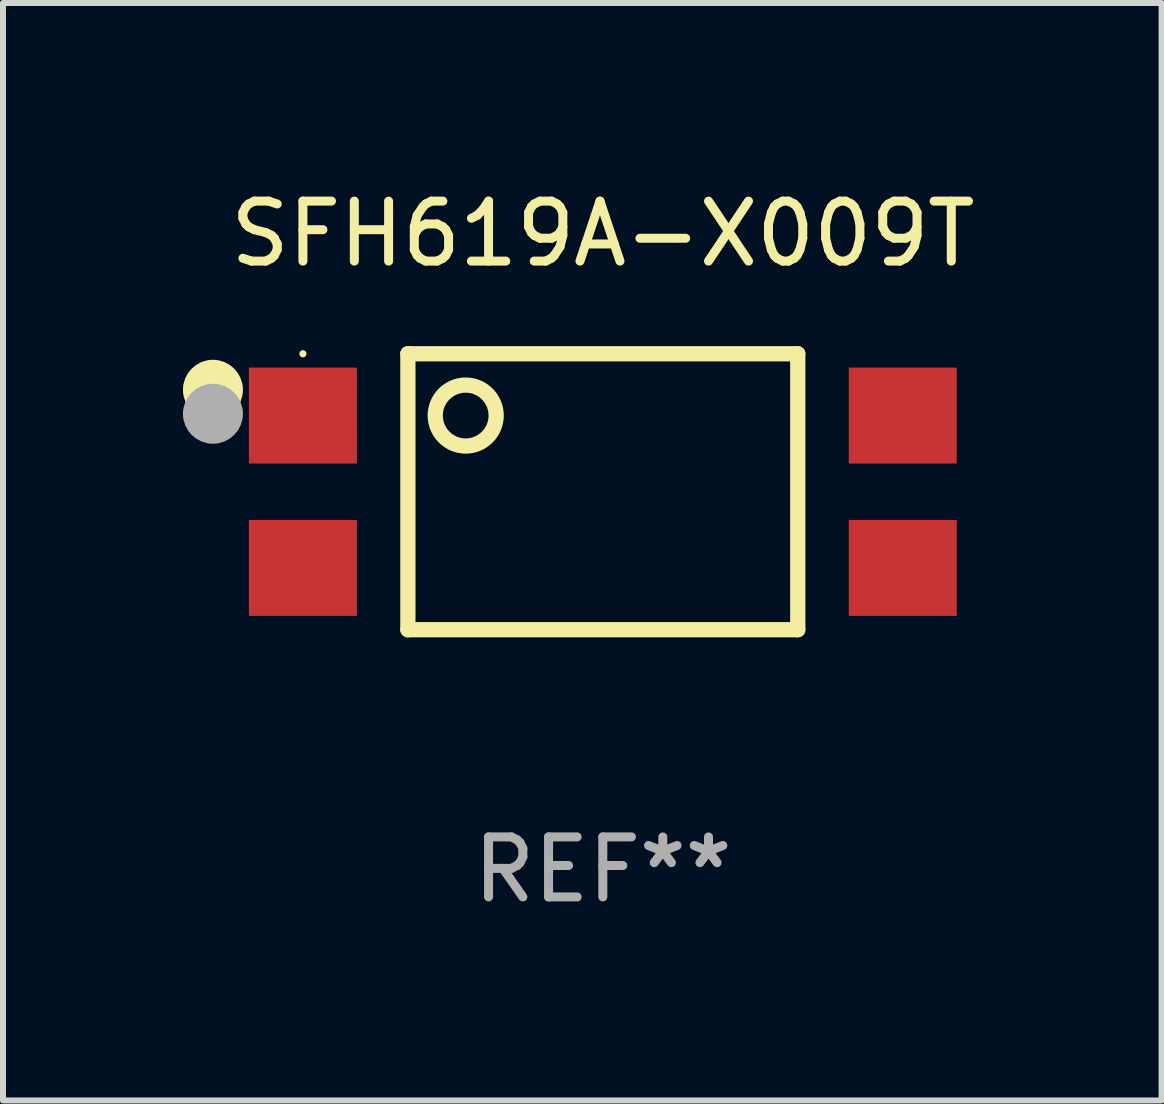
<source format=kicad_pcb>
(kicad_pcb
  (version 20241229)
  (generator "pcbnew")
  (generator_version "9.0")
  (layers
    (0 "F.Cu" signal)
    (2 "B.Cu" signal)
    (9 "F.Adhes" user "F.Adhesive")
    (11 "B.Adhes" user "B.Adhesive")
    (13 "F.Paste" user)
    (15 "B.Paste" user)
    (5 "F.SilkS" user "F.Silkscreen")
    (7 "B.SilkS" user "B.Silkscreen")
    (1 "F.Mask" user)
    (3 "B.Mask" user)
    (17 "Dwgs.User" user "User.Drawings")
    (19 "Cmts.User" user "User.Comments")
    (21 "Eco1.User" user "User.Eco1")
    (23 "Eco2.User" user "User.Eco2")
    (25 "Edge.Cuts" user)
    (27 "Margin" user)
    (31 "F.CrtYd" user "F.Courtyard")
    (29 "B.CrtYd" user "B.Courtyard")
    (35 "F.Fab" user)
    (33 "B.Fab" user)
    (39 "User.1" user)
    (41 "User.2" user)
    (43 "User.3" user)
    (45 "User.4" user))
  (footprint "SFH619A-X009T"
    (layer "F.Cu")
    (at 7 5.148)
    (property "Reference" "SFH619A-X009T" (at 0 -4.3 0) (layer "F.SilkS") (effects (font (size 1 1) (thickness 0.15))))
    (attr through_hole)
    (fp_line (start -3.25 -2.3) (end 3.25 -2.3) (stroke (width 0.254) (type solid)) (layer "F.SilkS"))
    (fp_line (start -3.25 2.3) (end -3.25 -2.3) (stroke (width 0.254) (type solid)) (layer "F.SilkS"))
    (fp_line (start 3.25 -2.3) (end 3.25 2.3) (stroke (width 0.254) (type solid)) (layer "F.SilkS"))
    (fp_line (start 3.25 2.3) (end -3.25 2.3) (stroke (width 0.254) (type solid)) (layer "F.SilkS"))
    (fp_circle (center -6.5 -1.7) (end -6.25 -1.7) (stroke (width 0.5) (type solid)) (fill no) (layer "F.SilkS"))
    (fp_circle (center -5 -2.3) (end -4.97 -2.3) (stroke (width 0.06) (type solid)) (fill no) (layer "F.SilkS"))
    (fp_circle (center -2.286 -1.27) (end -1.778 -1.27) (stroke (width 0.254) (type solid)) (fill no) (layer "F.SilkS"))
    (fp_circle (center -6.5 -1.3) (end -6.25 -1.3) (stroke (width 0.5) (type solid)) (fill no) (layer "F.Fab"))
    (fp_text user "REF**" (at 0 6.3 0) (layer "F.Fab") (effects (font (size 1 1) (thickness 0.15))))
    (pad "1" smd rect (at -5 -1.27) (size 1.8 1.6) (layers "F.Cu" "F.Mask" "F.Paste"))
    (pad "2" smd rect (at -5 1.27) (size 1.8 1.6) (layers "F.Cu" "F.Mask" "F.Paste"))
    (pad "3" smd rect (at 5 1.27) (size 1.8 1.6) (layers "F.Cu" "F.Mask" "F.Paste"))
    (pad "4" smd rect (at 5 -1.27) (size 1.8 1.6) (layers "F.Cu" "F.Mask" "F.Paste")))
  (gr_rect
    (start -3 -3)
    (end 16.316 15.296)
    (stroke (width 0.1) (type default))
    (fill no)
    (layer "Edge.Cuts")))
</source>
